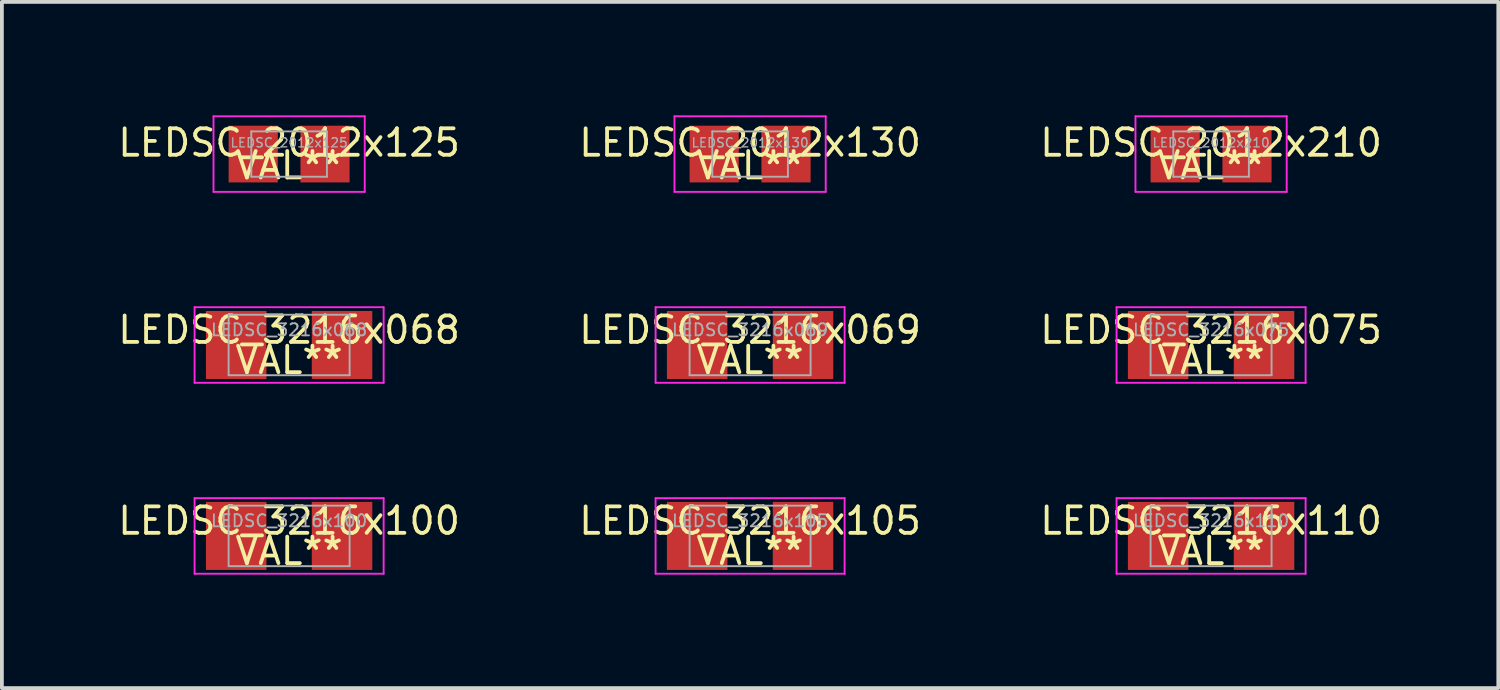
<source format=kicad_pcb>
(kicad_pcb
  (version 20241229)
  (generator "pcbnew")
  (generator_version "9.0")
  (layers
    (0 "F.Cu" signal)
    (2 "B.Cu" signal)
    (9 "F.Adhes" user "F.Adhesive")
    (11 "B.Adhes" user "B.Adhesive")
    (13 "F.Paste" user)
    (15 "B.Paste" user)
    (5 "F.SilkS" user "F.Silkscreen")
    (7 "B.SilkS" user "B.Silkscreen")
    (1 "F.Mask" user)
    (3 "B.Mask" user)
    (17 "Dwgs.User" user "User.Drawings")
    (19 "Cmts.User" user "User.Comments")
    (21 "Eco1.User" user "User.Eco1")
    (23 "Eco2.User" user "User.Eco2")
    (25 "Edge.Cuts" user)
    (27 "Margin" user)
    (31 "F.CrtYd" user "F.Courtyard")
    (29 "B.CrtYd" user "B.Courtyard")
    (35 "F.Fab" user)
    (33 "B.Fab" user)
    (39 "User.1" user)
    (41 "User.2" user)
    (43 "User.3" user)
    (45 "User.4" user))
  (footprint "LEDSC_3216x075"
    (layer "F.Cu")
    (at 28.983 6.075)
    (property "Reference" "LEDSC_3216x075" (at 0 -0.4 0) (layer "F.Fab") (effects (font (size 0.32 0.32) (thickness 0.048))))
    (property "Value" "VAL**" (at 0 0.4 0) (layer "F.Fab") (hide yes) (effects (font (size 0.32 0.32) (thickness 0.048))))
    (attr smd)
    (fp_line (start -2.5 -1) (end 2.5 -1) (stroke (width 0.05) (type solid)) (layer "F.CrtYd"))
    (fp_line (start -2.5 1) (end -2.5 -1) (stroke (width 0.05) (type solid)) (layer "F.CrtYd"))
    (fp_line (start 2.5 -1) (end 2.5 1) (stroke (width 0.05) (type solid)) (layer "F.CrtYd"))
    (fp_line (start 2.5 1) (end -2.5 1) (stroke (width 0.05) (type solid)) (layer "F.CrtYd"))
    (fp_line (start -1.6 -0.8) (end 1.6 -0.8) (stroke (width 0.05) (type solid)) (layer "F.Fab"))
    (fp_line (start -1.6 0.8) (end -1.6 -0.8) (stroke (width 0.05) (type solid)) (layer "F.Fab"))
    (fp_line (start 1.6 -0.8) (end 1.6 0.8) (stroke (width 0.05) (type solid)) (layer "F.Fab"))
    (fp_line (start 1.6 0.8) (end -1.6 0.8) (stroke (width 0.05) (type solid)) (layer "F.Fab"))
    (fp_text user "${REFERENCE}" (at 0 -0.4 0) (layer "F.SilkS") (effects (font (size 0.7 0.7) (thickness 0.1))))
    (fp_text user "${VALUE}" (at 0 0.4 0) (layer "F.SilkS") (effects (font (size 0.7 0.7) (thickness 0.1))))
    (pad "1" smd rect (at -1.4 0) (size 1.6 1.8) (layers "F.Cu" "F.Mask" "F.Paste"))
    (pad "2" smd rect (at 1.4 0) (size 1.6 1.8) (layers "F.Cu" "F.Mask" "F.Paste")))
  (footprint "LEDSC_3216x105"
    (layer "F.Cu")
    (at 16.79 11.125)
    (property "Reference" "LEDSC_3216x105" (at 0 -0.4 0) (layer "F.Fab") (effects (font (size 0.32 0.32) (thickness 0.048))))
    (property "Value" "VAL**" (at 0 0.4 0) (layer "F.Fab") (hide yes) (effects (font (size 0.32 0.32) (thickness 0.048))))
    (attr smd)
    (fp_line (start -2.5 -1) (end 2.5 -1) (stroke (width 0.05) (type solid)) (layer "F.CrtYd"))
    (fp_line (start -2.5 1) (end -2.5 -1) (stroke (width 0.05) (type solid)) (layer "F.CrtYd"))
    (fp_line (start 2.5 -1) (end 2.5 1) (stroke (width 0.05) (type solid)) (layer "F.CrtYd"))
    (fp_line (start 2.5 1) (end -2.5 1) (stroke (width 0.05) (type solid)) (layer "F.CrtYd"))
    (fp_line (start -1.6 -0.8) (end 1.6 -0.8) (stroke (width 0.05) (type solid)) (layer "F.Fab"))
    (fp_line (start -1.6 0.8) (end -1.6 -0.8) (stroke (width 0.05) (type solid)) (layer "F.Fab"))
    (fp_line (start 1.6 -0.8) (end 1.6 0.8) (stroke (width 0.05) (type solid)) (layer "F.Fab"))
    (fp_line (start 1.6 0.8) (end -1.6 0.8) (stroke (width 0.05) (type solid)) (layer "F.Fab"))
    (fp_text user "${VALUE}" (at 0 0.4 0) (layer "F.SilkS") (effects (font (size 0.7 0.7) (thickness 0.1))))
    (fp_text user "${REFERENCE}" (at 0 -0.4 0) (layer "F.SilkS") (effects (font (size 0.7 0.7) (thickness 0.1))))
    (pad "1" smd rect (at -1.4 0) (size 1.6 1.8) (layers "F.Cu" "F.Mask" "F.Paste"))
    (pad "2" smd rect (at 1.4 0) (size 1.6 1.8) (layers "F.Cu" "F.Mask" "F.Paste")))
  (footprint "LEDSC_2012x125"
    (layer "F.Cu")
    (at 4.597 1.025)
    (property "Reference" "LEDSC_2012x125" (at 0 -0.3 0) (layer "F.Fab") (effects (font (size 0.24 0.24) (thickness 0.036))))
    (property "Value" "VAL**" (at 0 0.3 0) (layer "F.Fab") (hide yes) (effects (font (size 0.24 0.24) (thickness 0.036))))
    (attr smd)
    (fp_line (start -2 -1) (end 2 -1) (stroke (width 0.05) (type solid)) (layer "F.CrtYd"))
    (fp_line (start -2 1) (end -2 -1) (stroke (width 0.05) (type solid)) (layer "F.CrtYd"))
    (fp_line (start 2 -1) (end 2 1) (stroke (width 0.05) (type solid)) (layer "F.CrtYd"))
    (fp_line (start 2 1) (end -2 1) (stroke (width 0.05) (type solid)) (layer "F.CrtYd"))
    (fp_line (start -1 -0.6) (end 1 -0.6) (stroke (width 0.05) (type solid)) (layer "F.Fab"))
    (fp_line (start -1 0.6) (end -1 -0.6) (stroke (width 0.05) (type solid)) (layer "F.Fab"))
    (fp_line (start 1 -0.6) (end 1 0.6) (stroke (width 0.05) (type solid)) (layer "F.Fab"))
    (fp_line (start 1 0.6) (end -1 0.6) (stroke (width 0.05) (type solid)) (layer "F.Fab"))
    (fp_text user "${VALUE}" (at 0 0.3 0) (layer "F.SilkS") (effects (font (size 0.7 0.7) (thickness 0.1))))
    (fp_text user "${REFERENCE}" (at 0 -0.3 0) (layer "F.SilkS") (effects (font (size 0.7 0.7) (thickness 0.1))))
    (pad "1" smd rect (at -0.95 0) (size 1.3 1.5) (layers "F.Cu" "F.Mask" "F.Paste"))
    (pad "2" smd rect (at 0.95 0) (size 1.3 1.5) (layers "F.Cu" "F.Mask" "F.Paste")))
  (footprint "LEDSC_3216x069"
    (layer "F.Cu")
    (at 16.79 6.075)
    (property "Reference" "LEDSC_3216x069" (at 0 -0.4 0) (layer "F.Fab") (effects (font (size 0.32 0.32) (thickness 0.048))))
    (property "Value" "VAL**" (at 0 0.4 0) (layer "F.Fab") (hide yes) (effects (font (size 0.32 0.32) (thickness 0.048))))
    (attr smd)
    (fp_line (start -2.5 -1) (end 2.5 -1) (stroke (width 0.05) (type solid)) (layer "F.CrtYd"))
    (fp_line (start -2.5 1) (end -2.5 -1) (stroke (width 0.05) (type solid)) (layer "F.CrtYd"))
    (fp_line (start 2.5 -1) (end 2.5 1) (stroke (width 0.05) (type solid)) (layer "F.CrtYd"))
    (fp_line (start 2.5 1) (end -2.5 1) (stroke (width 0.05) (type solid)) (layer "F.CrtYd"))
    (fp_line (start -1.6 -0.8) (end 1.6 -0.8) (stroke (width 0.05) (type solid)) (layer "F.Fab"))
    (fp_line (start -1.6 0.8) (end -1.6 -0.8) (stroke (width 0.05) (type solid)) (layer "F.Fab"))
    (fp_line (start 1.6 -0.8) (end 1.6 0.8) (stroke (width 0.05) (type solid)) (layer "F.Fab"))
    (fp_line (start 1.6 0.8) (end -1.6 0.8) (stroke (width 0.05) (type solid)) (layer "F.Fab"))
    (fp_text user "${REFERENCE}" (at 0 -0.4 0) (layer "F.SilkS") (effects (font (size 0.7 0.7) (thickness 0.1))))
    (fp_text user "${VALUE}" (at 0 0.4 0) (layer "F.SilkS") (effects (font (size 0.7 0.7) (thickness 0.1))))
    (pad "1" smd rect (at -1.4 0) (size 1.6 1.8) (layers "F.Cu" "F.Mask" "F.Paste"))
    (pad "2" smd rect (at 1.4 0) (size 1.6 1.8) (layers "F.Cu" "F.Mask" "F.Paste")))
  (footprint "LEDSC_3216x068"
    (layer "F.Cu")
    (at 4.597 6.075)
    (property "Reference" "LEDSC_3216x068" (at 0 -0.4 0) (layer "F.Fab") (effects (font (size 0.32 0.32) (thickness 0.048))))
    (property "Value" "VAL**" (at 0 0.4 0) (layer "F.Fab") (hide yes) (effects (font (size 0.32 0.32) (thickness 0.048))))
    (attr smd)
    (fp_line (start -2.5 -1) (end 2.5 -1) (stroke (width 0.05) (type solid)) (layer "F.CrtYd"))
    (fp_line (start -2.5 1) (end -2.5 -1) (stroke (width 0.05) (type solid)) (layer "F.CrtYd"))
    (fp_line (start 2.5 -1) (end 2.5 1) (stroke (width 0.05) (type solid)) (layer "F.CrtYd"))
    (fp_line (start 2.5 1) (end -2.5 1) (stroke (width 0.05) (type solid)) (layer "F.CrtYd"))
    (fp_line (start -1.6 -0.8) (end 1.6 -0.8) (stroke (width 0.05) (type solid)) (layer "F.Fab"))
    (fp_line (start -1.6 0.8) (end -1.6 -0.8) (stroke (width 0.05) (type solid)) (layer "F.Fab"))
    (fp_line (start 1.6 -0.8) (end 1.6 0.8) (stroke (width 0.05) (type solid)) (layer "F.Fab"))
    (fp_line (start 1.6 0.8) (end -1.6 0.8) (stroke (width 0.05) (type solid)) (layer "F.Fab"))
    (fp_text user "${REFERENCE}" (at 0 -0.4 0) (layer "F.SilkS") (effects (font (size 0.7 0.7) (thickness 0.1))))
    (fp_text user "${VALUE}" (at 0 0.4 0) (layer "F.SilkS") (effects (font (size 0.7 0.7) (thickness 0.1))))
    (pad "1" smd rect (at -1.4 0) (size 1.6 1.8) (layers "F.Cu" "F.Mask" "F.Paste"))
    (pad "2" smd rect (at 1.4 0) (size 1.6 1.8) (layers "F.Cu" "F.Mask" "F.Paste")))
  (footprint "LEDSC_2012x210"
    (layer "F.Cu")
    (at 28.983 1.025)
    (property "Reference" "LEDSC_2012x210" (at 0 -0.3 0) (layer "F.Fab") (effects (font (size 0.24 0.24) (thickness 0.036))))
    (property "Value" "VAL**" (at 0 0.3 0) (layer "F.Fab") (hide yes) (effects (font (size 0.24 0.24) (thickness 0.036))))
    (attr smd)
    (fp_line (start -2 -1) (end 2 -1) (stroke (width 0.05) (type solid)) (layer "F.CrtYd"))
    (fp_line (start -2 1) (end -2 -1) (stroke (width 0.05) (type solid)) (layer "F.CrtYd"))
    (fp_line (start 2 -1) (end 2 1) (stroke (width 0.05) (type solid)) (layer "F.CrtYd"))
    (fp_line (start 2 1) (end -2 1) (stroke (width 0.05) (type solid)) (layer "F.CrtYd"))
    (fp_line (start -1 -0.6) (end 1 -0.6) (stroke (width 0.05) (type solid)) (layer "F.Fab"))
    (fp_line (start -1 0.6) (end -1 -0.6) (stroke (width 0.05) (type solid)) (layer "F.Fab"))
    (fp_line (start 1 -0.6) (end 1 0.6) (stroke (width 0.05) (type solid)) (layer "F.Fab"))
    (fp_line (start 1 0.6) (end -1 0.6) (stroke (width 0.05) (type solid)) (layer "F.Fab"))
    (fp_text user "${REFERENCE}" (at 0 -0.3 0) (layer "F.SilkS") (effects (font (size 0.7 0.7) (thickness 0.1))))
    (fp_text user "${VALUE}" (at 0 0.3 0) (layer "F.SilkS") (effects (font (size 0.7 0.7) (thickness 0.1))))
    (pad "1" smd rect (at -0.95 0) (size 1.3 1.5) (layers "F.Cu" "F.Mask" "F.Paste"))
    (pad "2" smd rect (at 0.95 0) (size 1.3 1.5) (layers "F.Cu" "F.Mask" "F.Paste")))
  (footprint "LEDSC_3216x110"
    (layer "F.Cu")
    (at 28.983 11.125)
    (property "Reference" "LEDSC_3216x110" (at 0 -0.4 0) (layer "F.Fab") (effects (font (size 0.32 0.32) (thickness 0.048))))
    (property "Value" "VAL**" (at 0 0.4 0) (layer "F.Fab") (hide yes) (effects (font (size 0.32 0.32) (thickness 0.048))))
    (attr smd)
    (fp_line (start -2.5 -1) (end 2.5 -1) (stroke (width 0.05) (type solid)) (layer "F.CrtYd"))
    (fp_line (start -2.5 1) (end -2.5 -1) (stroke (width 0.05) (type solid)) (layer "F.CrtYd"))
    (fp_line (start 2.5 -1) (end 2.5 1) (stroke (width 0.05) (type solid)) (layer "F.CrtYd"))
    (fp_line (start 2.5 1) (end -2.5 1) (stroke (width 0.05) (type solid)) (layer "F.CrtYd"))
    (fp_line (start -1.6 -0.8) (end 1.6 -0.8) (stroke (width 0.05) (type solid)) (layer "F.Fab"))
    (fp_line (start -1.6 0.8) (end -1.6 -0.8) (stroke (width 0.05) (type solid)) (layer "F.Fab"))
    (fp_line (start 1.6 -0.8) (end 1.6 0.8) (stroke (width 0.05) (type solid)) (layer "F.Fab"))
    (fp_line (start 1.6 0.8) (end -1.6 0.8) (stroke (width 0.05) (type solid)) (layer "F.Fab"))
    (fp_text user "${VALUE}" (at 0 0.4 0) (layer "F.SilkS") (effects (font (size 0.7 0.7) (thickness 0.1))))
    (fp_text user "${REFERENCE}" (at 0 -0.4 0) (layer "F.SilkS") (effects (font (size 0.7 0.7) (thickness 0.1))))
    (pad "1" smd rect (at -1.4 0) (size 1.6 1.8) (layers "F.Cu" "F.Mask" "F.Paste"))
    (pad "2" smd rect (at 1.4 0) (size 1.6 1.8) (layers "F.Cu" "F.Mask" "F.Paste")))
  (footprint "LEDSC_2012x130"
    (layer "F.Cu")
    (at 16.79 1.025)
    (property "Reference" "LEDSC_2012x130" (at 0 -0.3 0) (layer "F.Fab") (effects (font (size 0.24 0.24) (thickness 0.036))))
    (property "Value" "VAL**" (at 0 0.3 0) (layer "F.Fab") (hide yes) (effects (font (size 0.24 0.24) (thickness 0.036))))
    (attr smd)
    (fp_line (start -2 -1) (end 2 -1) (stroke (width 0.05) (type solid)) (layer "F.CrtYd"))
    (fp_line (start -2 1) (end -2 -1) (stroke (width 0.05) (type solid)) (layer "F.CrtYd"))
    (fp_line (start 2 -1) (end 2 1) (stroke (width 0.05) (type solid)) (layer "F.CrtYd"))
    (fp_line (start 2 1) (end -2 1) (stroke (width 0.05) (type solid)) (layer "F.CrtYd"))
    (fp_line (start -1 -0.6) (end 1 -0.6) (stroke (width 0.05) (type solid)) (layer "F.Fab"))
    (fp_line (start -1 0.6) (end -1 -0.6) (stroke (width 0.05) (type solid)) (layer "F.Fab"))
    (fp_line (start 1 -0.6) (end 1 0.6) (stroke (width 0.05) (type solid)) (layer "F.Fab"))
    (fp_line (start 1 0.6) (end -1 0.6) (stroke (width 0.05) (type solid)) (layer "F.Fab"))
    (fp_text user "${VALUE}" (at 0 0.3 0) (layer "F.SilkS") (effects (font (size 0.7 0.7) (thickness 0.1))))
    (fp_text user "${REFERENCE}" (at 0 -0.3 0) (layer "F.SilkS") (effects (font (size 0.7 0.7) (thickness 0.1))))
    (pad "1" smd rect (at -0.95 0) (size 1.3 1.5) (layers "F.Cu" "F.Mask" "F.Paste"))
    (pad "2" smd rect (at 0.95 0) (size 1.3 1.5) (layers "F.Cu" "F.Mask" "F.Paste")))
  (footprint "LEDSC_3216x100"
    (layer "F.Cu")
    (at 4.597 11.125)
    (property "Reference" "LEDSC_3216x100" (at 0 -0.4 0) (layer "F.Fab") (effects (font (size 0.32 0.32) (thickness 0.048))))
    (property "Value" "VAL**" (at 0 0.4 0) (layer "F.Fab") (hide yes) (effects (font (size 0.32 0.32) (thickness 0.048))))
    (attr smd)
    (fp_line (start -2.5 -1) (end 2.5 -1) (stroke (width 0.05) (type solid)) (layer "F.CrtYd"))
    (fp_line (start -2.5 1) (end -2.5 -1) (stroke (width 0.05) (type solid)) (layer "F.CrtYd"))
    (fp_line (start 2.5 -1) (end 2.5 1) (stroke (width 0.05) (type solid)) (layer "F.CrtYd"))
    (fp_line (start 2.5 1) (end -2.5 1) (stroke (width 0.05) (type solid)) (layer "F.CrtYd"))
    (fp_line (start -1.6 -0.8) (end 1.6 -0.8) (stroke (width 0.05) (type solid)) (layer "F.Fab"))
    (fp_line (start -1.6 0.8) (end -1.6 -0.8) (stroke (width 0.05) (type solid)) (layer "F.Fab"))
    (fp_line (start 1.6 -0.8) (end 1.6 0.8) (stroke (width 0.05) (type solid)) (layer "F.Fab"))
    (fp_line (start 1.6 0.8) (end -1.6 0.8) (stroke (width 0.05) (type solid)) (layer "F.Fab"))
    (fp_text user "${VALUE}" (at 0 0.4 0) (layer "F.SilkS") (effects (font (size 0.7 0.7) (thickness 0.1))))
    (fp_text user "${REFERENCE}" (at 0 -0.4 0) (layer "F.SilkS") (effects (font (size 0.7 0.7) (thickness 0.1))))
    (pad "1" smd rect (at -1.4 0) (size 1.6 1.8) (layers "F.Cu" "F.Mask" "F.Paste"))
    (pad "2" smd rect (at 1.4 0) (size 1.6 1.8) (layers "F.Cu" "F.Mask" "F.Paste")))
  (gr_rect
    (start -3 -3)
    (end 36.58 15.15)
    (stroke (width 0.1) (type default))
    (fill no)
    (layer "Edge.Cuts")))
</source>
